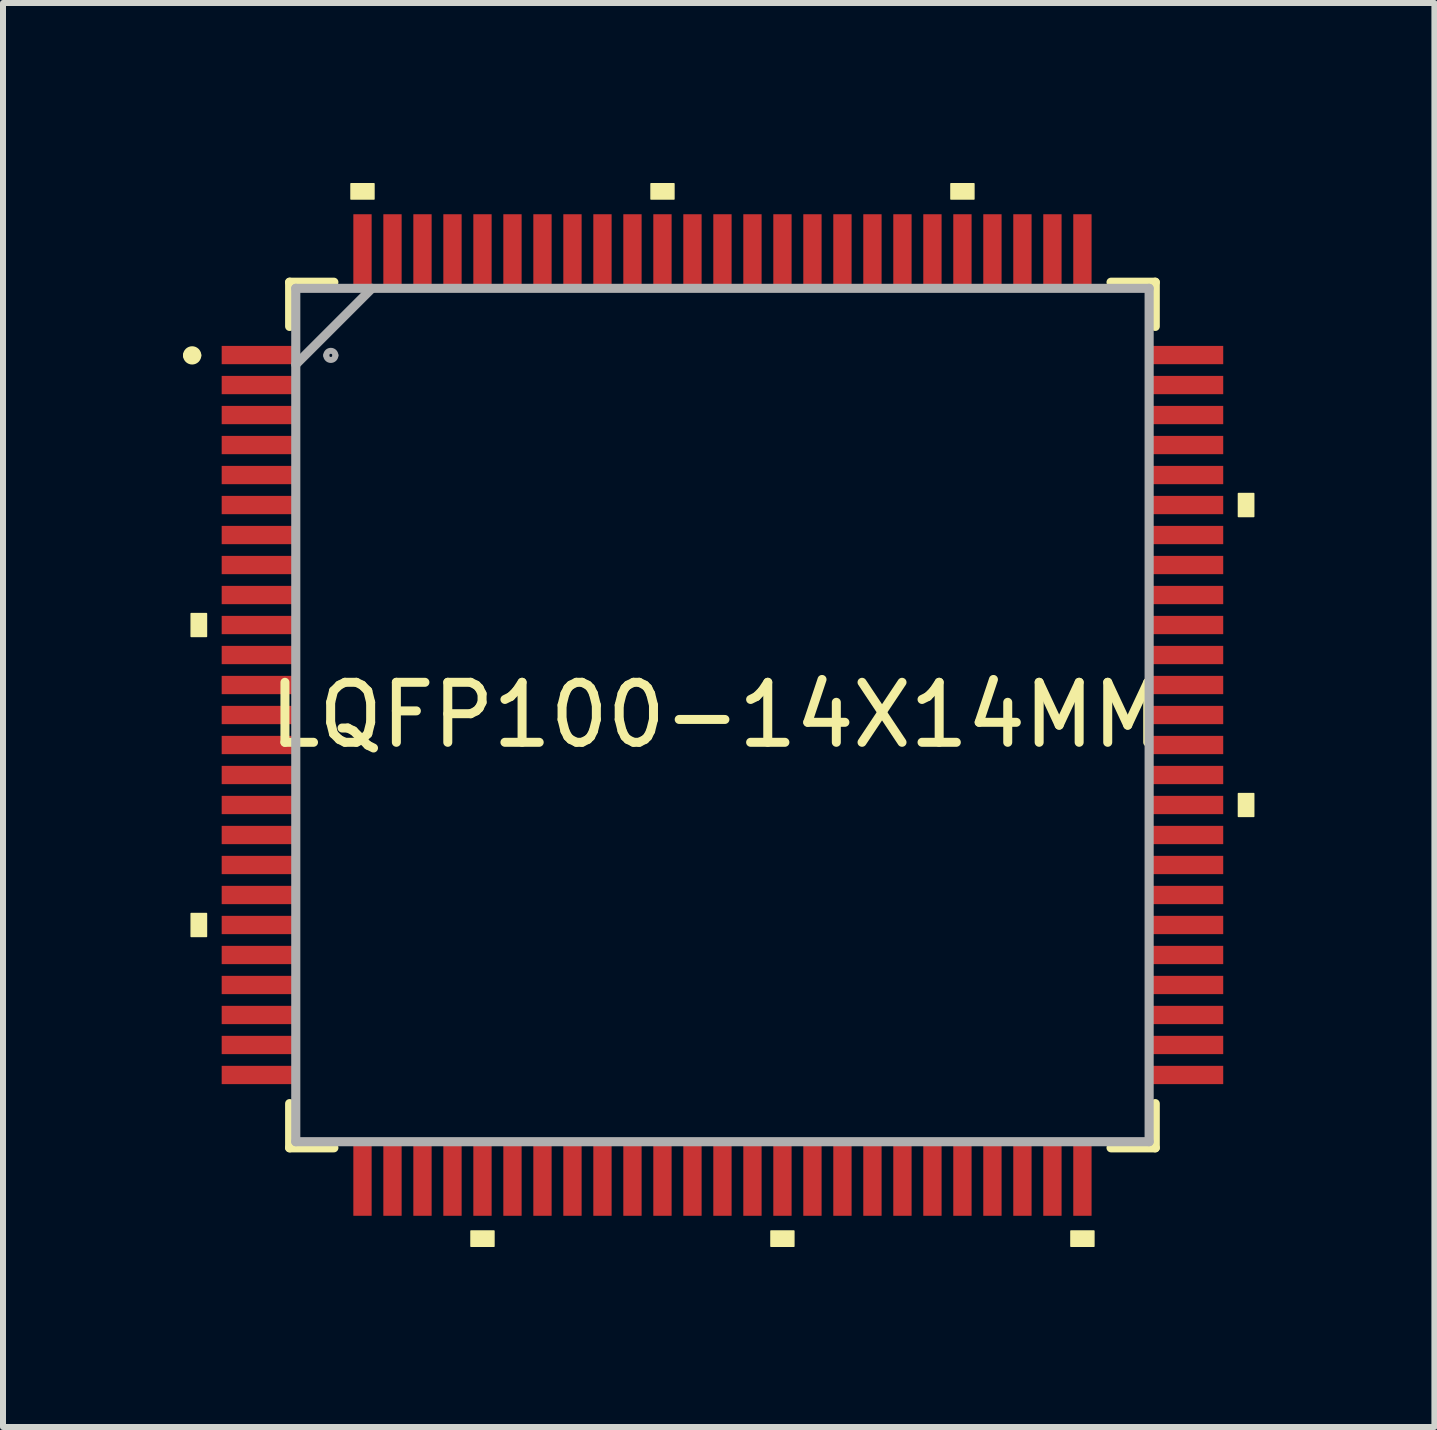
<source format=kicad_pcb>
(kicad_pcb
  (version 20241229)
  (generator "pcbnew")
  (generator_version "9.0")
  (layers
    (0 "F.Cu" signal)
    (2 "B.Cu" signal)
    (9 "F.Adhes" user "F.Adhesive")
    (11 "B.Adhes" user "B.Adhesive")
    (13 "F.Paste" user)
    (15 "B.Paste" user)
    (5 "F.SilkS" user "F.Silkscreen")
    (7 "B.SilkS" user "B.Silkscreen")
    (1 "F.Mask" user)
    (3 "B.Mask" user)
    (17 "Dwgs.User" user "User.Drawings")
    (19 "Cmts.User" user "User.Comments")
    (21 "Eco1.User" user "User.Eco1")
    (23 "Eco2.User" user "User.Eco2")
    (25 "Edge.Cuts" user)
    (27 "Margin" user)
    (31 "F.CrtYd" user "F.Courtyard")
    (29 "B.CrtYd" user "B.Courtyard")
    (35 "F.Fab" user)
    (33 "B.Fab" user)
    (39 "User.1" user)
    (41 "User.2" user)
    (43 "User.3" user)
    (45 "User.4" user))
  (footprint "LQFP100-14X14MM"
    (layer "F.Cu")
    (at 8.992 8.868)
    (property "Reference" "LQFP100-14X14MM" (at -0.102 0 0) (layer "F.SilkS") (effects (font (size 1 1) (thickness 0.15))))
    (attr smd)
    (fp_line (start -7.214 -7.214) (end -7.214 -6.477) (stroke (width 0.152) (type solid)) (layer "F.SilkS"))
    (fp_line (start -7.214 6.477) (end -7.214 7.214) (stroke (width 0.152) (type solid)) (layer "F.SilkS"))
    (fp_line (start -7.214 7.214) (end -6.477 7.214) (stroke (width 0.152) (type solid)) (layer "F.SilkS"))
    (fp_line (start -6.477 -7.214) (end -7.214 -7.214) (stroke (width 0.152) (type solid)) (layer "F.SilkS"))
    (fp_line (start 6.477 7.214) (end 7.214 7.214) (stroke (width 0.152) (type solid)) (layer "F.SilkS"))
    (fp_line (start 7.214 -7.214) (end 6.477 -7.214) (stroke (width 0.152) (type solid)) (layer "F.SilkS"))
    (fp_line (start 7.214 -6.477) (end 7.214 -7.214) (stroke (width 0.152) (type solid)) (layer "F.SilkS"))
    (fp_line (start 7.214 7.214) (end 7.214 6.477) (stroke (width 0.152) (type solid)) (layer "F.SilkS"))
    (fp_arc (start -8.9154 -5.9944) (mid -8.8392 -6.0706) (end -8.763 -5.9944) (stroke (width 0.1524) (type solid)) (layer "F.SilkS"))
    (fp_arc (start -8.763 -5.9944) (mid -8.8392 -5.9182) (end -8.9154 -5.9944) (stroke (width 0.1524) (type solid)) (layer "F.SilkS"))
    (fp_poly (pts (xy -8.855 -1.69) (xy -8.855 -1.31) (xy -8.601 -1.31) (xy -8.601 -1.69)) (stroke (width 0.025) (type solid)) (fill yes) (layer "F.SilkS"))
    (fp_poly (pts (xy -8.855 3.309) (xy -8.855 3.691) (xy -8.601 3.691) (xy -8.601 3.309)) (stroke (width 0.025) (type solid)) (fill yes) (layer "F.SilkS"))
    (fp_poly (pts (xy -6.191 -8.601) (xy -6.191 -8.855) (xy -5.809 -8.855) (xy -5.809 -8.601)) (stroke (width 0.025) (type solid)) (fill yes) (layer "F.SilkS"))
    (fp_poly (pts (xy -4.191 8.601) (xy -4.191 8.855) (xy -3.809 8.855) (xy -3.809 8.601)) (stroke (width 0.025) (type solid)) (fill yes) (layer "F.SilkS"))
    (fp_poly (pts (xy -1.19 -8.601) (xy -1.19 -8.855) (xy -0.809 -8.855) (xy -0.809 -8.601)) (stroke (width 0.025) (type solid)) (fill yes) (layer "F.SilkS"))
    (fp_poly (pts (xy 0.809 8.601) (xy 0.809 8.855) (xy 1.19 8.855) (xy 1.19 8.601)) (stroke (width 0.025) (type solid)) (fill yes) (layer "F.SilkS"))
    (fp_poly (pts (xy 3.809 -8.601) (xy 3.809 -8.855) (xy 4.191 -8.855) (xy 4.191 -8.601)) (stroke (width 0.025) (type solid)) (fill yes) (layer "F.SilkS"))
    (fp_poly (pts (xy 5.809 8.601) (xy 5.809 8.855) (xy 6.191 8.855) (xy 6.191 8.601)) (stroke (width 0.025) (type solid)) (fill yes) (layer "F.SilkS"))
    (fp_poly (pts (xy 8.855 -3.691) (xy 8.855 -3.309) (xy 8.601 -3.309) (xy 8.601 -3.691)) (stroke (width 0.025) (type solid)) (fill yes) (layer "F.SilkS"))
    (fp_poly (pts (xy 8.855 1.31) (xy 8.855 1.69) (xy 8.601 1.69) (xy 8.601 1.31)) (stroke (width 0.025) (type solid)) (fill yes) (layer "F.SilkS"))
    (fp_line (start -7.112 -7.112) (end -7.112 7.112) (stroke (width 0.152) (type solid)) (layer "F.Fab"))
    (fp_line (start -7.112 -5.842) (end -5.842 -7.112) (stroke (width 0.152) (type solid)) (layer "F.Fab"))
    (fp_line (start -7.112 7.112) (end 7.112 7.112) (stroke (width 0.152) (type solid)) (layer "F.Fab"))
    (fp_line (start 7.112 -7.112) (end -7.112 -7.112) (stroke (width 0.152) (type solid)) (layer "F.Fab"))
    (fp_line (start 7.112 7.112) (end 7.112 -7.112) (stroke (width 0.152) (type solid)) (layer "F.Fab"))
    (fp_arc (start -6.604 -5.9944) (mid -6.5278 -6.0706) (end -6.4516 -5.9944) (stroke (width 0.1) (type solid)) (layer "F.Fab"))
    (fp_arc (start -6.4516 -5.9944) (mid -6.5278 -5.9182) (end -6.604 -5.9944) (stroke (width 0.1) (type solid)) (layer "F.Fab"))
    (pad "1" smd rect (at -7.75 -6) (size 1.194 0.305) (layers "F.Cu" "F.Mask" "F.Paste"))
    (pad "2" smd rect (at -7.75 -5.5) (size 1.194 0.305) (layers "F.Cu" "F.Mask" "F.Paste"))
    (pad "3" smd rect (at -7.75 -5) (size 1.194 0.305) (layers "F.Cu" "F.Mask" "F.Paste"))
    (pad "4" smd rect (at -7.75 -4.5) (size 1.194 0.305) (layers "F.Cu" "F.Mask" "F.Paste"))
    (pad "5" smd rect (at -7.75 -4) (size 1.194 0.305) (layers "F.Cu" "F.Mask" "F.Paste"))
    (pad "6" smd rect (at -7.75 -3.5) (size 1.194 0.305) (layers "F.Cu" "F.Mask" "F.Paste"))
    (pad "7" smd rect (at -7.75 -3) (size 1.194 0.305) (layers "F.Cu" "F.Mask" "F.Paste"))
    (pad "8" smd rect (at -7.75 -2.5) (size 1.194 0.305) (layers "F.Cu" "F.Mask" "F.Paste"))
    (pad "9" smd rect (at -7.75 -2) (size 1.194 0.305) (layers "F.Cu" "F.Mask" "F.Paste"))
    (pad "10" smd rect (at -7.75 -1.5) (size 1.194 0.305) (layers "F.Cu" "F.Mask" "F.Paste"))
    (pad "11" smd rect (at -7.75 -1) (size 1.194 0.305) (layers "F.Cu" "F.Mask" "F.Paste"))
    (pad "12" smd rect (at -7.75 -0.5) (size 1.194 0.305) (layers "F.Cu" "F.Mask" "F.Paste"))
    (pad "13" smd rect (at -7.75 0) (size 1.194 0.305) (layers "F.Cu" "F.Mask" "F.Paste"))
    (pad "14" smd rect (at -7.75 0.5) (size 1.194 0.305) (layers "F.Cu" "F.Mask" "F.Paste"))
    (pad "15" smd rect (at -7.75 1) (size 1.194 0.305) (layers "F.Cu" "F.Mask" "F.Paste"))
    (pad "16" smd rect (at -7.75 1.5) (size 1.194 0.305) (layers "F.Cu" "F.Mask" "F.Paste"))
    (pad "17" smd rect (at -7.75 2) (size 1.194 0.305) (layers "F.Cu" "F.Mask" "F.Paste"))
    (pad "18" smd rect (at -7.75 2.5) (size 1.194 0.305) (layers "F.Cu" "F.Mask" "F.Paste"))
    (pad "19" smd rect (at -7.75 3) (size 1.194 0.305) (layers "F.Cu" "F.Mask" "F.Paste"))
    (pad "20" smd rect (at -7.75 3.5) (size 1.194 0.305) (layers "F.Cu" "F.Mask" "F.Paste"))
    (pad "21" smd rect (at -7.75 4) (size 1.194 0.305) (layers "F.Cu" "F.Mask" "F.Paste"))
    (pad "22" smd rect (at -7.75 4.5) (size 1.194 0.305) (layers "F.Cu" "F.Mask" "F.Paste"))
    (pad "23" smd rect (at -7.75 5) (size 1.194 0.305) (layers "F.Cu" "F.Mask" "F.Paste"))
    (pad "24" smd rect (at -7.75 5.5) (size 1.194 0.305) (layers "F.Cu" "F.Mask" "F.Paste"))
    (pad "25" smd rect (at -7.75 6) (size 1.194 0.305) (layers "F.Cu" "F.Mask" "F.Paste"))
    (pad "26" smd rect (at -6 7.75) (size 0.305 1.194) (layers "F.Cu" "F.Mask" "F.Paste"))
    (pad "27" smd rect (at -5.5 7.75) (size 0.305 1.194) (layers "F.Cu" "F.Mask" "F.Paste"))
    (pad "28" smd rect (at -5 7.75) (size 0.305 1.194) (layers "F.Cu" "F.Mask" "F.Paste"))
    (pad "29" smd rect (at -4.5 7.75) (size 0.305 1.194) (layers "F.Cu" "F.Mask" "F.Paste"))
    (pad "30" smd rect (at -4 7.75) (size 0.305 1.194) (layers "F.Cu" "F.Mask" "F.Paste"))
    (pad "31" smd rect (at -3.5 7.75) (size 0.305 1.194) (layers "F.Cu" "F.Mask" "F.Paste"))
    (pad "32" smd rect (at -3 7.75) (size 0.305 1.194) (layers "F.Cu" "F.Mask" "F.Paste"))
    (pad "33" smd rect (at -2.5 7.75) (size 0.305 1.194) (layers "F.Cu" "F.Mask" "F.Paste"))
    (pad "34" smd rect (at -2 7.75) (size 0.305 1.194) (layers "F.Cu" "F.Mask" "F.Paste"))
    (pad "35" smd rect (at -1.5 7.75) (size 0.305 1.194) (layers "F.Cu" "F.Mask" "F.Paste"))
    (pad "36" smd rect (at -1 7.75) (size 0.305 1.194) (layers "F.Cu" "F.Mask" "F.Paste"))
    (pad "37" smd rect (at -0.5 7.75) (size 0.305 1.194) (layers "F.Cu" "F.Mask" "F.Paste"))
    (pad "38" smd rect (at 0 7.75) (size 0.305 1.194) (layers "F.Cu" "F.Mask" "F.Paste"))
    (pad "39" smd rect (at 0.5 7.75) (size 0.305 1.194) (layers "F.Cu" "F.Mask" "F.Paste"))
    (pad "40" smd rect (at 1 7.75) (size 0.305 1.194) (layers "F.Cu" "F.Mask" "F.Paste"))
    (pad "41" smd rect (at 1.5 7.75) (size 0.305 1.194) (layers "F.Cu" "F.Mask" "F.Paste"))
    (pad "42" smd rect (at 2 7.75) (size 0.305 1.194) (layers "F.Cu" "F.Mask" "F.Paste"))
    (pad "43" smd rect (at 2.5 7.75) (size 0.305 1.194) (layers "F.Cu" "F.Mask" "F.Paste"))
    (pad "44" smd rect (at 3 7.75) (size 0.305 1.194) (layers "F.Cu" "F.Mask" "F.Paste"))
    (pad "45" smd rect (at 3.5 7.75) (size 0.305 1.194) (layers "F.Cu" "F.Mask" "F.Paste"))
    (pad "46" smd rect (at 4 7.75) (size 0.305 1.194) (layers "F.Cu" "F.Mask" "F.Paste"))
    (pad "47" smd rect (at 4.5 7.75) (size 0.305 1.194) (layers "F.Cu" "F.Mask" "F.Paste"))
    (pad "48" smd rect (at 5 7.75) (size 0.305 1.194) (layers "F.Cu" "F.Mask" "F.Paste"))
    (pad "49" smd rect (at 5.5 7.75) (size 0.305 1.194) (layers "F.Cu" "F.Mask" "F.Paste"))
    (pad "50" smd rect (at 6 7.75) (size 0.305 1.194) (layers "F.Cu" "F.Mask" "F.Paste"))
    (pad "51" smd rect (at 7.75 6) (size 1.194 0.305) (layers "F.Cu" "F.Mask" "F.Paste"))
    (pad "52" smd rect (at 7.75 5.5) (size 1.194 0.305) (layers "F.Cu" "F.Mask" "F.Paste"))
    (pad "53" smd rect (at 7.75 5) (size 1.194 0.305) (layers "F.Cu" "F.Mask" "F.Paste"))
    (pad "54" smd rect (at 7.75 4.5) (size 1.194 0.305) (layers "F.Cu" "F.Mask" "F.Paste"))
    (pad "55" smd rect (at 7.75 4) (size 1.194 0.305) (layers "F.Cu" "F.Mask" "F.Paste"))
    (pad "56" smd rect (at 7.75 3.5) (size 1.194 0.305) (layers "F.Cu" "F.Mask" "F.Paste"))
    (pad "57" smd rect (at 7.75 3) (size 1.194 0.305) (layers "F.Cu" "F.Mask" "F.Paste"))
    (pad "58" smd rect (at 7.75 2.5) (size 1.194 0.305) (layers "F.Cu" "F.Mask" "F.Paste"))
    (pad "59" smd rect (at 7.75 2) (size 1.194 0.305) (layers "F.Cu" "F.Mask" "F.Paste"))
    (pad "60" smd rect (at 7.75 1.5) (size 1.194 0.305) (layers "F.Cu" "F.Mask" "F.Paste"))
    (pad "61" smd rect (at 7.75 1) (size 1.194 0.305) (layers "F.Cu" "F.Mask" "F.Paste"))
    (pad "62" smd rect (at 7.75 0.5) (size 1.194 0.305) (layers "F.Cu" "F.Mask" "F.Paste"))
    (pad "63" smd rect (at 7.75 0) (size 1.194 0.305) (layers "F.Cu" "F.Mask" "F.Paste"))
    (pad "64" smd rect (at 7.75 -0.5) (size 1.194 0.305) (layers "F.Cu" "F.Mask" "F.Paste"))
    (pad "65" smd rect (at 7.75 -1) (size 1.194 0.305) (layers "F.Cu" "F.Mask" "F.Paste"))
    (pad "66" smd rect (at 7.75 -1.5) (size 1.194 0.305) (layers "F.Cu" "F.Mask" "F.Paste"))
    (pad "67" smd rect (at 7.75 -2) (size 1.194 0.305) (layers "F.Cu" "F.Mask" "F.Paste"))
    (pad "68" smd rect (at 7.75 -2.5) (size 1.194 0.305) (layers "F.Cu" "F.Mask" "F.Paste"))
    (pad "69" smd rect (at 7.75 -3) (size 1.194 0.305) (layers "F.Cu" "F.Mask" "F.Paste"))
    (pad "70" smd rect (at 7.75 -3.5) (size 1.194 0.305) (layers "F.Cu" "F.Mask" "F.Paste"))
    (pad "71" smd rect (at 7.75 -4) (size 1.194 0.305) (layers "F.Cu" "F.Mask" "F.Paste"))
    (pad "72" smd rect (at 7.75 -4.5) (size 1.194 0.305) (layers "F.Cu" "F.Mask" "F.Paste"))
    (pad "73" smd rect (at 7.75 -5) (size 1.194 0.305) (layers "F.Cu" "F.Mask" "F.Paste"))
    (pad "74" smd rect (at 7.75 -5.5) (size 1.194 0.305) (layers "F.Cu" "F.Mask" "F.Paste"))
    (pad "75" smd rect (at 7.75 -6) (size 1.194 0.305) (layers "F.Cu" "F.Mask" "F.Paste"))
    (pad "76" smd rect (at 6 -7.75) (size 0.305 1.194) (layers "F.Cu" "F.Mask" "F.Paste"))
    (pad "77" smd rect (at 5.5 -7.75) (size 0.305 1.194) (layers "F.Cu" "F.Mask" "F.Paste"))
    (pad "78" smd rect (at 5 -7.75) (size 0.305 1.194) (layers "F.Cu" "F.Mask" "F.Paste"))
    (pad "79" smd rect (at 4.5 -7.75) (size 0.305 1.194) (layers "F.Cu" "F.Mask" "F.Paste"))
    (pad "80" smd rect (at 4 -7.75) (size 0.305 1.194) (layers "F.Cu" "F.Mask" "F.Paste"))
    (pad "81" smd rect (at 3.5 -7.75) (size 0.305 1.194) (layers "F.Cu" "F.Mask" "F.Paste"))
    (pad "82" smd rect (at 3 -7.75) (size 0.305 1.194) (layers "F.Cu" "F.Mask" "F.Paste"))
    (pad "83" smd rect (at 2.5 -7.75) (size 0.305 1.194) (layers "F.Cu" "F.Mask" "F.Paste"))
    (pad "84" smd rect (at 2 -7.75) (size 0.305 1.194) (layers "F.Cu" "F.Mask" "F.Paste"))
    (pad "85" smd rect (at 1.5 -7.75) (size 0.305 1.194) (layers "F.Cu" "F.Mask" "F.Paste"))
    (pad "86" smd rect (at 1 -7.75) (size 0.305 1.194) (layers "F.Cu" "F.Mask" "F.Paste"))
    (pad "87" smd rect (at 0.5 -7.75) (size 0.305 1.194) (layers "F.Cu" "F.Mask" "F.Paste"))
    (pad "88" smd rect (at 0 -7.75) (size 0.305 1.194) (layers "F.Cu" "F.Mask" "F.Paste"))
    (pad "89" smd rect (at -0.5 -7.75) (size 0.305 1.194) (layers "F.Cu" "F.Mask" "F.Paste"))
    (pad "90" smd rect (at -1 -7.75) (size 0.305 1.194) (layers "F.Cu" "F.Mask" "F.Paste"))
    (pad "91" smd rect (at -1.5 -7.75) (size 0.305 1.194) (layers "F.Cu" "F.Mask" "F.Paste"))
    (pad "92" smd rect (at -2 -7.75) (size 0.305 1.194) (layers "F.Cu" "F.Mask" "F.Paste"))
    (pad "93" smd rect (at -2.5 -7.75) (size 0.305 1.194) (layers "F.Cu" "F.Mask" "F.Paste"))
    (pad "94" smd rect (at -3 -7.75) (size 0.305 1.194) (layers "F.Cu" "F.Mask" "F.Paste"))
    (pad "95" smd rect (at -3.5 -7.75) (size 0.305 1.194) (layers "F.Cu" "F.Mask" "F.Paste"))
    (pad "96" smd rect (at -4 -7.75) (size 0.305 1.194) (layers "F.Cu" "F.Mask" "F.Paste"))
    (pad "97" smd rect (at -4.5 -7.75) (size 0.305 1.194) (layers "F.Cu" "F.Mask" "F.Paste"))
    (pad "98" smd rect (at -5 -7.75) (size 0.305 1.194) (layers "F.Cu" "F.Mask" "F.Paste"))
    (pad "99" smd rect (at -5.5 -7.75) (size 0.305 1.194) (layers "F.Cu" "F.Mask" "F.Paste"))
    (pad "100" smd rect (at -6 -7.75) (size 0.305 1.194) (layers "F.Cu" "F.Mask" "F.Paste")))
  (gr_rect
    (start -3 -3)
    (end 20.859 20.735)
    (stroke (width 0.1) (type default))
    (fill no)
    (layer "Edge.Cuts")))
</source>
